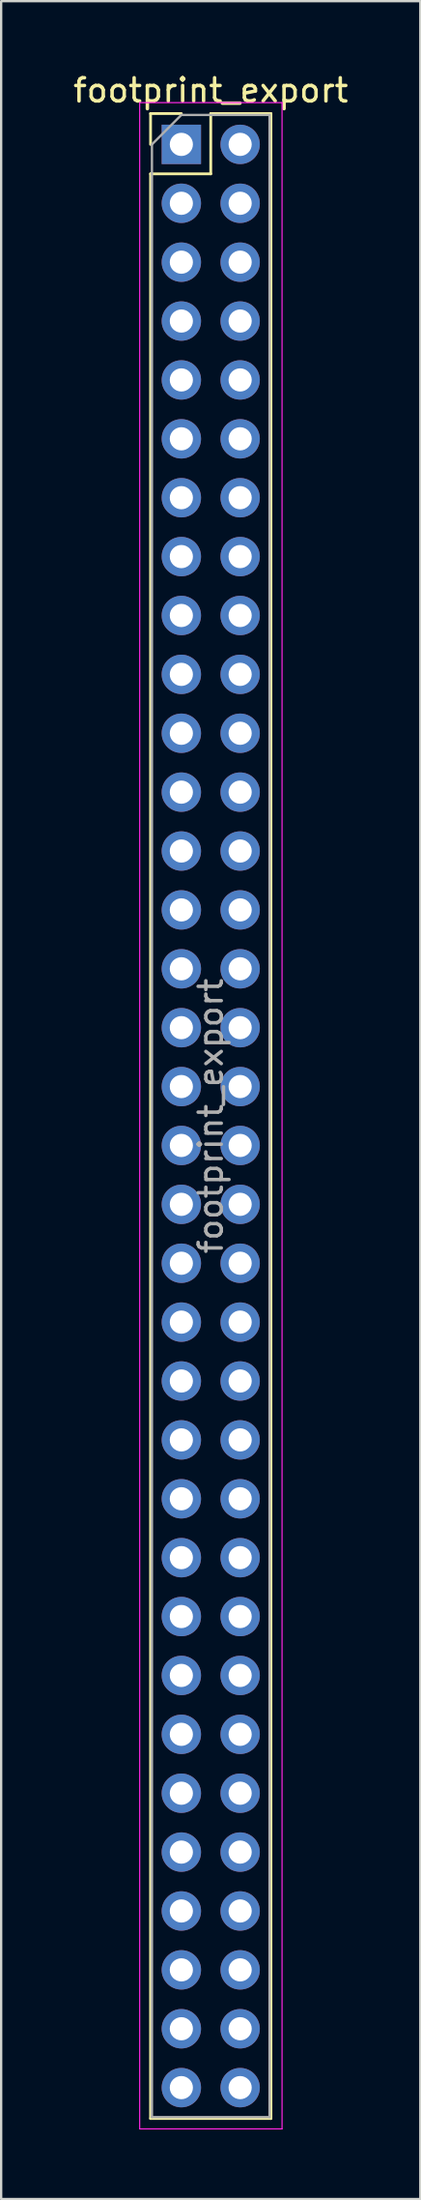
<source format=kicad_pcb>
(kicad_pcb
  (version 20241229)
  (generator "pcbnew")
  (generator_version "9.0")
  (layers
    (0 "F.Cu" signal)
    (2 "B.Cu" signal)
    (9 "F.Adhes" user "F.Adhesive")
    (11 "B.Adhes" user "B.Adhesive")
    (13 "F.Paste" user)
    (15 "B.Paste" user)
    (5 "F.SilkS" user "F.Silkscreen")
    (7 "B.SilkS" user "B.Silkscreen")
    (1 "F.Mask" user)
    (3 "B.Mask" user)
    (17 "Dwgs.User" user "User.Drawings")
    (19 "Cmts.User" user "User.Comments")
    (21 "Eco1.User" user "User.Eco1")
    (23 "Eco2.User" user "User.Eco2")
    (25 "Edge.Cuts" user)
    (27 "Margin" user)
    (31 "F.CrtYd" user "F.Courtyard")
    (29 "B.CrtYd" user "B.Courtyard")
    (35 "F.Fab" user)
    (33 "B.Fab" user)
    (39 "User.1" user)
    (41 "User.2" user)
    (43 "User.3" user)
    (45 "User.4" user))
  (footprint "footprint_export"
    (layer "F.Cu")
    (at 4.784 3.178)
    (property "Reference" "footprint_export" (at 1.27 -2.33 0) (layer "F.SilkS") (effects (font (size 1 1) (thickness 0.15))))
    (attr through_hole)
    (fp_line (start -1.33 -1.33) (end 0 -1.33) (stroke (width 0.12) (type solid)) (layer "F.SilkS"))
    (fp_line (start -1.33 0) (end -1.33 -1.33) (stroke (width 0.12) (type solid)) (layer "F.SilkS"))
    (fp_line (start -1.33 1.27) (end -1.33 85.15) (stroke (width 0.12) (type solid)) (layer "F.SilkS"))
    (fp_line (start -1.33 1.27) (end 1.27 1.27) (stroke (width 0.12) (type solid)) (layer "F.SilkS"))
    (fp_line (start -1.33 85.15) (end 3.87 85.15) (stroke (width 0.12) (type solid)) (layer "F.SilkS"))
    (fp_line (start 1.27 -1.33) (end 3.87 -1.33) (stroke (width 0.12) (type solid)) (layer "F.SilkS"))
    (fp_line (start 1.27 1.27) (end 1.27 -1.33) (stroke (width 0.12) (type solid)) (layer "F.SilkS"))
    (fp_line (start 3.87 -1.33) (end 3.87 85.15) (stroke (width 0.12) (type solid)) (layer "F.SilkS"))
    (fp_line (start -1.8 -1.8) (end -1.8 85.6) (stroke (width 0.05) (type solid)) (layer "F.CrtYd"))
    (fp_line (start -1.8 85.6) (end 4.35 85.6) (stroke (width 0.05) (type solid)) (layer "F.CrtYd"))
    (fp_line (start 4.35 -1.8) (end -1.8 -1.8) (stroke (width 0.05) (type solid)) (layer "F.CrtYd"))
    (fp_line (start 4.35 85.6) (end 4.35 -1.8) (stroke (width 0.05) (type solid)) (layer "F.CrtYd"))
    (fp_line (start -1.27 0) (end 0 -1.27) (stroke (width 0.1) (type solid)) (layer "F.Fab"))
    (fp_line (start -1.27 85.09) (end -1.27 0) (stroke (width 0.1) (type solid)) (layer "F.Fab"))
    (fp_line (start 0 -1.27) (end 3.81 -1.27) (stroke (width 0.1) (type solid)) (layer "F.Fab"))
    (fp_line (start 3.81 -1.27) (end 3.81 85.09) (stroke (width 0.1) (type solid)) (layer "F.Fab"))
    (fp_line (start 3.81 85.09) (end -1.27 85.09) (stroke (width 0.1) (type solid)) (layer "F.Fab"))
    (fp_text user "${REFERENCE}" (at 1.27 41.91 90) (layer "F.Fab") (effects (font (size 1 1) (thickness 0.15))))
    (pad "1" thru_hole rect (at 0 0) (size 1.7 1.7) (drill 1) (layers "*.Cu" "*.Mask"))
    (pad "2" thru_hole oval (at 2.54 0) (size 1.7 1.7) (drill 1) (layers "*.Cu" "*.Mask"))
    (pad "3" thru_hole oval (at 0 2.54) (size 1.7 1.7) (drill 1) (layers "*.Cu" "*.Mask"))
    (pad "4" thru_hole oval (at 2.54 2.54) (size 1.7 1.7) (drill 1) (layers "*.Cu" "*.Mask"))
    (pad "5" thru_hole oval (at 0 5.08) (size 1.7 1.7) (drill 1) (layers "*.Cu" "*.Mask"))
    (pad "6" thru_hole oval (at 2.54 5.08) (size 1.7 1.7) (drill 1) (layers "*.Cu" "*.Mask"))
    (pad "7" thru_hole oval (at 0 7.62) (size 1.7 1.7) (drill 1) (layers "*.Cu" "*.Mask"))
    (pad "8" thru_hole oval (at 2.54 7.62) (size 1.7 1.7) (drill 1) (layers "*.Cu" "*.Mask"))
    (pad "9" thru_hole oval (at 0 10.16) (size 1.7 1.7) (drill 1) (layers "*.Cu" "*.Mask"))
    (pad "10" thru_hole oval (at 2.54 10.16) (size 1.7 1.7) (drill 1) (layers "*.Cu" "*.Mask"))
    (pad "11" thru_hole oval (at 0 12.7) (size 1.7 1.7) (drill 1) (layers "*.Cu" "*.Mask"))
    (pad "12" thru_hole oval (at 2.54 12.7) (size 1.7 1.7) (drill 1) (layers "*.Cu" "*.Mask"))
    (pad "13" thru_hole oval (at 0 15.24) (size 1.7 1.7) (drill 1) (layers "*.Cu" "*.Mask"))
    (pad "14" thru_hole oval (at 2.54 15.24) (size 1.7 1.7) (drill 1) (layers "*.Cu" "*.Mask"))
    (pad "15" thru_hole oval (at 0 17.78) (size 1.7 1.7) (drill 1) (layers "*.Cu" "*.Mask"))
    (pad "16" thru_hole oval (at 2.54 17.78) (size 1.7 1.7) (drill 1) (layers "*.Cu" "*.Mask"))
    (pad "17" thru_hole oval (at 0 20.32) (size 1.7 1.7) (drill 1) (layers "*.Cu" "*.Mask"))
    (pad "18" thru_hole oval (at 2.54 20.32) (size 1.7 1.7) (drill 1) (layers "*.Cu" "*.Mask"))
    (pad "19" thru_hole oval (at 0 22.86) (size 1.7 1.7) (drill 1) (layers "*.Cu" "*.Mask"))
    (pad "20" thru_hole oval (at 2.54 22.86) (size 1.7 1.7) (drill 1) (layers "*.Cu" "*.Mask"))
    (pad "21" thru_hole oval (at 0 25.4) (size 1.7 1.7) (drill 1) (layers "*.Cu" "*.Mask"))
    (pad "22" thru_hole oval (at 2.54 25.4) (size 1.7 1.7) (drill 1) (layers "*.Cu" "*.Mask"))
    (pad "23" thru_hole oval (at 0 27.94) (size 1.7 1.7) (drill 1) (layers "*.Cu" "*.Mask"))
    (pad "24" thru_hole oval (at 2.54 27.94) (size 1.7 1.7) (drill 1) (layers "*.Cu" "*.Mask"))
    (pad "25" thru_hole oval (at 0 30.48) (size 1.7 1.7) (drill 1) (layers "*.Cu" "*.Mask"))
    (pad "26" thru_hole oval (at 2.54 30.48) (size 1.7 1.7) (drill 1) (layers "*.Cu" "*.Mask"))
    (pad "27" thru_hole oval (at 0 33.02) (size 1.7 1.7) (drill 1) (layers "*.Cu" "*.Mask"))
    (pad "28" thru_hole oval (at 2.54 33.02) (size 1.7 1.7) (drill 1) (layers "*.Cu" "*.Mask"))
    (pad "29" thru_hole oval (at 0 35.56) (size 1.7 1.7) (drill 1) (layers "*.Cu" "*.Mask"))
    (pad "30" thru_hole oval (at 2.54 35.56) (size 1.7 1.7) (drill 1) (layers "*.Cu" "*.Mask"))
    (pad "31" thru_hole oval (at 0 38.1) (size 1.7 1.7) (drill 1) (layers "*.Cu" "*.Mask"))
    (pad "32" thru_hole oval (at 2.54 38.1) (size 1.7 1.7) (drill 1) (layers "*.Cu" "*.Mask"))
    (pad "33" thru_hole oval (at 0 40.64) (size 1.7 1.7) (drill 1) (layers "*.Cu" "*.Mask"))
    (pad "34" thru_hole oval (at 2.54 40.64) (size 1.7 1.7) (drill 1) (layers "*.Cu" "*.Mask"))
    (pad "35" thru_hole oval (at 0 43.18) (size 1.7 1.7) (drill 1) (layers "*.Cu" "*.Mask"))
    (pad "36" thru_hole oval (at 2.54 43.18) (size 1.7 1.7) (drill 1) (layers "*.Cu" "*.Mask"))
    (pad "37" thru_hole oval (at 0 45.72) (size 1.7 1.7) (drill 1) (layers "*.Cu" "*.Mask"))
    (pad "38" thru_hole oval (at 2.54 45.72) (size 1.7 1.7) (drill 1) (layers "*.Cu" "*.Mask"))
    (pad "39" thru_hole oval (at 0 48.26) (size 1.7 1.7) (drill 1) (layers "*.Cu" "*.Mask"))
    (pad "40" thru_hole oval (at 2.54 48.26) (size 1.7 1.7) (drill 1) (layers "*.Cu" "*.Mask"))
    (pad "41" thru_hole oval (at 0 50.8) (size 1.7 1.7) (drill 1) (layers "*.Cu" "*.Mask"))
    (pad "42" thru_hole oval (at 2.54 50.8) (size 1.7 1.7) (drill 1) (layers "*.Cu" "*.Mask"))
    (pad "43" thru_hole oval (at 0 53.34) (size 1.7 1.7) (drill 1) (layers "*.Cu" "*.Mask"))
    (pad "44" thru_hole oval (at 2.54 53.34) (size 1.7 1.7) (drill 1) (layers "*.Cu" "*.Mask"))
    (pad "45" thru_hole oval (at 0 55.88) (size 1.7 1.7) (drill 1) (layers "*.Cu" "*.Mask"))
    (pad "46" thru_hole oval (at 2.54 55.88) (size 1.7 1.7) (drill 1) (layers "*.Cu" "*.Mask"))
    (pad "47" thru_hole oval (at 0 58.42) (size 1.7 1.7) (drill 1) (layers "*.Cu" "*.Mask"))
    (pad "48" thru_hole oval (at 2.54 58.42) (size 1.7 1.7) (drill 1) (layers "*.Cu" "*.Mask"))
    (pad "49" thru_hole oval (at 0 60.96) (size 1.7 1.7) (drill 1) (layers "*.Cu" "*.Mask"))
    (pad "50" thru_hole oval (at 2.54 60.96) (size 1.7 1.7) (drill 1) (layers "*.Cu" "*.Mask"))
    (pad "51" thru_hole oval (at 0 63.5) (size 1.7 1.7) (drill 1) (layers "*.Cu" "*.Mask"))
    (pad "52" thru_hole oval (at 2.54 63.5) (size 1.7 1.7) (drill 1) (layers "*.Cu" "*.Mask"))
    (pad "53" thru_hole oval (at 0 66.04) (size 1.7 1.7) (drill 1) (layers "*.Cu" "*.Mask"))
    (pad "54" thru_hole oval (at 2.54 66.04) (size 1.7 1.7) (drill 1) (layers "*.Cu" "*.Mask"))
    (pad "55" thru_hole oval (at 0 68.58) (size 1.7 1.7) (drill 1) (layers "*.Cu" "*.Mask"))
    (pad "56" thru_hole oval (at 2.54 68.58) (size 1.7 1.7) (drill 1) (layers "*.Cu" "*.Mask"))
    (pad "57" thru_hole oval (at 0 71.12) (size 1.7 1.7) (drill 1) (layers "*.Cu" "*.Mask"))
    (pad "58" thru_hole oval (at 2.54 71.12) (size 1.7 1.7) (drill 1) (layers "*.Cu" "*.Mask"))
    (pad "59" thru_hole oval (at 0 73.66) (size 1.7 1.7) (drill 1) (layers "*.Cu" "*.Mask"))
    (pad "60" thru_hole oval (at 2.54 73.66) (size 1.7 1.7) (drill 1) (layers "*.Cu" "*.Mask"))
    (pad "61" thru_hole oval (at 0 76.2) (size 1.7 1.7) (drill 1) (layers "*.Cu" "*.Mask"))
    (pad "62" thru_hole oval (at 2.54 76.2) (size 1.7 1.7) (drill 1) (layers "*.Cu" "*.Mask"))
    (pad "63" thru_hole oval (at 0 78.74) (size 1.7 1.7) (drill 1) (layers "*.Cu" "*.Mask"))
    (pad "64" thru_hole oval (at 2.54 78.74) (size 1.7 1.7) (drill 1) (layers "*.Cu" "*.Mask"))
    (pad "65" thru_hole oval (at 0 81.28) (size 1.7 1.7) (drill 1) (layers "*.Cu" "*.Mask"))
    (pad "66" thru_hole oval (at 2.54 81.28) (size 1.7 1.7) (drill 1) (layers "*.Cu" "*.Mask"))
    (pad "67" thru_hole oval (at 0 83.82) (size 1.7 1.7) (drill 1) (layers "*.Cu" "*.Mask"))
    (pad "68" thru_hole oval (at 2.54 83.82) (size 1.7 1.7) (drill 1) (layers "*.Cu" "*.Mask")))
  (gr_rect
    (start -3 -3)
    (end 15.107 91.803)
    (stroke (width 0.1) (type default))
    (fill no)
    (layer "Edge.Cuts")))
</source>
